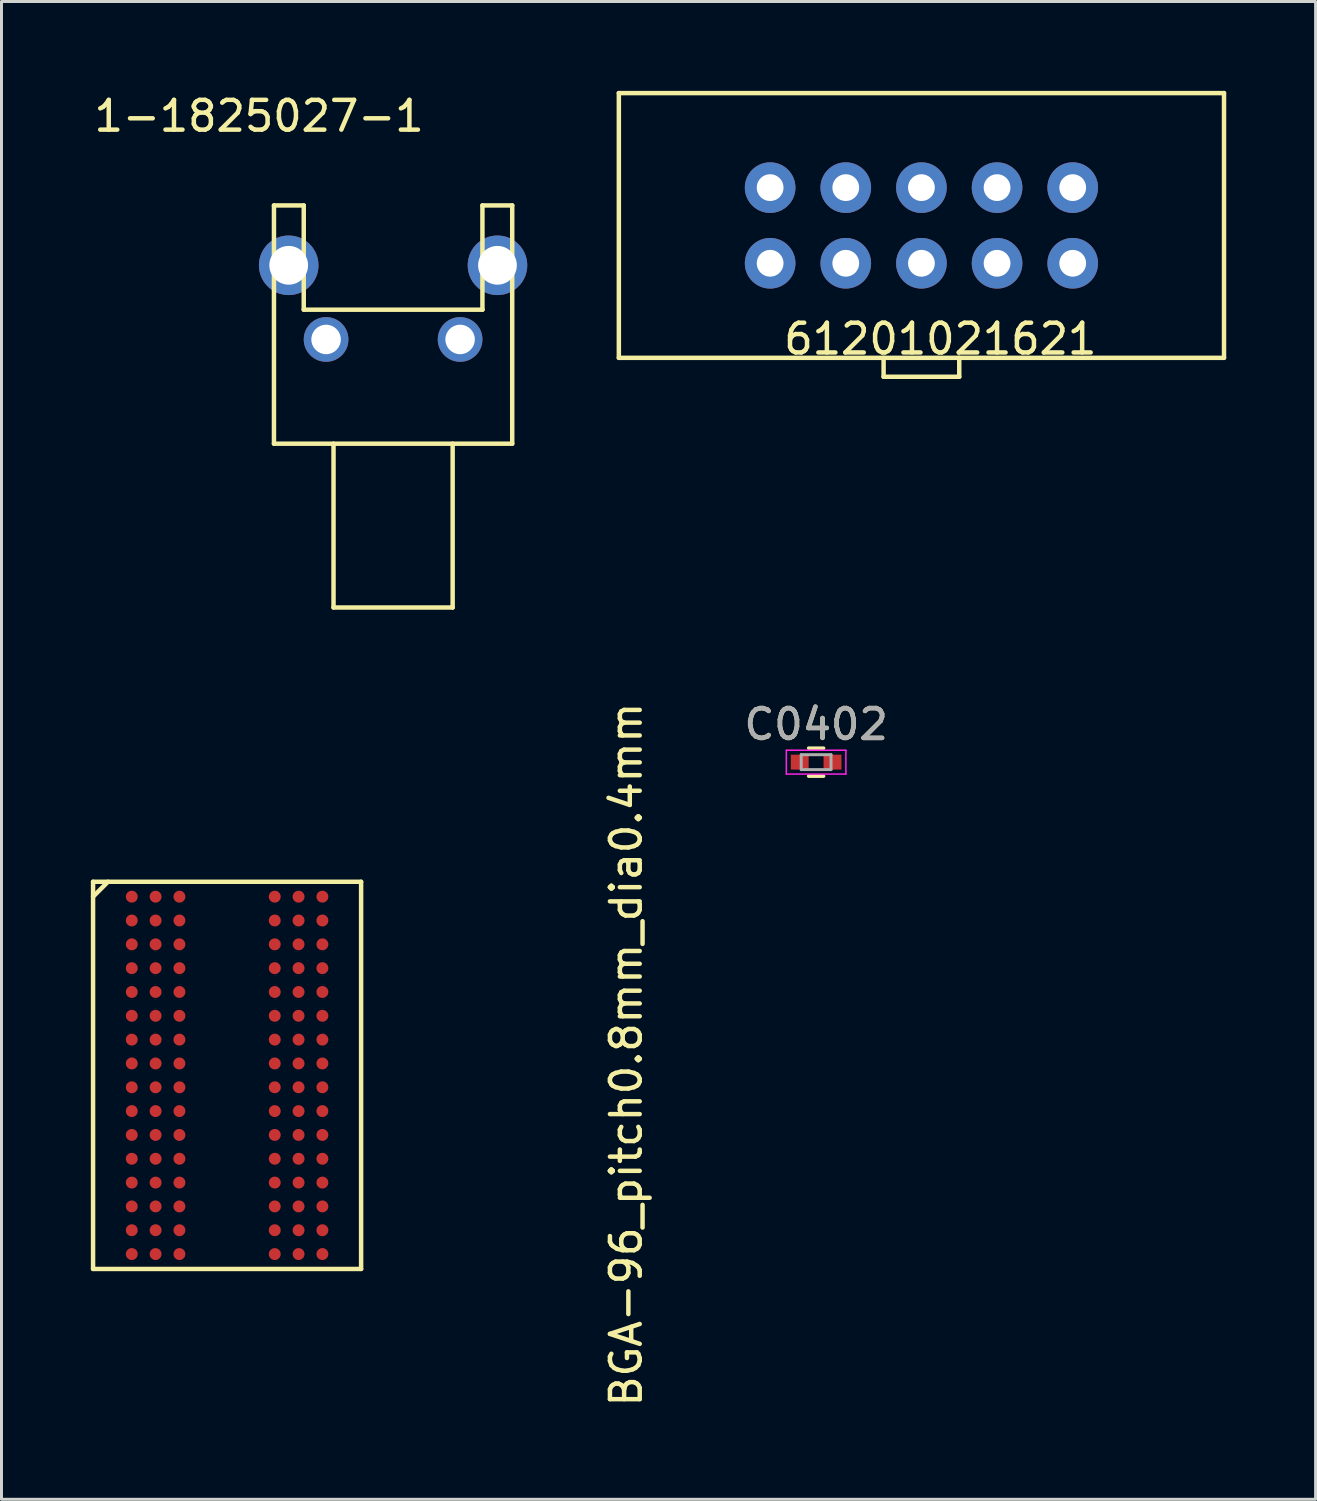
<source format=kicad_pcb>
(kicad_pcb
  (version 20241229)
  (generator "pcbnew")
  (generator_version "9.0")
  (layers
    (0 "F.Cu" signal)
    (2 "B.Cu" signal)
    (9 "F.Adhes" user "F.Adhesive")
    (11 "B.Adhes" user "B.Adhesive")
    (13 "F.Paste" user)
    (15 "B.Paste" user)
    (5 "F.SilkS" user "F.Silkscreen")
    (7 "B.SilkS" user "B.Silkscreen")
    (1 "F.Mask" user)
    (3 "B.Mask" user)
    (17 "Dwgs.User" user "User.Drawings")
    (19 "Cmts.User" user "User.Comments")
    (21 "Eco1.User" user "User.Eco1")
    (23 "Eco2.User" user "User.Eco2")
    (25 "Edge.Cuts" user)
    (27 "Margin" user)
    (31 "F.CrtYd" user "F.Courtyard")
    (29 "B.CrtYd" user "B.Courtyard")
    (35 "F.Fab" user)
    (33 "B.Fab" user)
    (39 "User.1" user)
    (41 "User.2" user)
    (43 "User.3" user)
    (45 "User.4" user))
  (footprint "C0402"
    (layer "F.Cu")
    (at 24.353 22.541)
    (property "Reference" "C0402" (at 0 -1.27 0) (layer "F.SilkS") (effects (font (size 1 1) (thickness 0.15))))
    (attr smd)
    (fp_line (start -0.25 0.47) (end 0.25 0.47) (stroke (width 0.12) (type solid)) (layer "F.SilkS"))
    (fp_line (start 0.25 -0.47) (end -0.25 -0.47) (stroke (width 0.12) (type solid)) (layer "F.SilkS"))
    (fp_line (start -1 -0.4) (end -1 0.4) (stroke (width 0.05) (type solid)) (layer "F.CrtYd"))
    (fp_line (start -1 -0.4) (end 1 -0.4) (stroke (width 0.05) (type solid)) (layer "F.CrtYd"))
    (fp_line (start 1 0.4) (end -1 0.4) (stroke (width 0.05) (type solid)) (layer "F.CrtYd"))
    (fp_line (start 1 0.4) (end 1 -0.4) (stroke (width 0.05) (type solid)) (layer "F.CrtYd"))
    (fp_line (start -0.5 -0.25) (end 0.5 -0.25) (stroke (width 0.1) (type solid)) (layer "F.Fab"))
    (fp_line (start -0.5 0.25) (end -0.5 -0.25) (stroke (width 0.1) (type solid)) (layer "F.Fab"))
    (fp_line (start 0.5 -0.25) (end 0.5 0.25) (stroke (width 0.1) (type solid)) (layer "F.Fab"))
    (fp_line (start 0.5 0.25) (end -0.5 0.25) (stroke (width 0.1) (type solid)) (layer "F.Fab"))
    (fp_text user "${REFERENCE}" (at 0 -1.27 0) (layer "F.Fab") (effects (font (size 1 1) (thickness 0.15))))
    (pad "1" smd rect (at -0.55 0) (size 0.6 0.5) (layers "F.Cu" "F.Mask" "F.Paste"))
    (pad "2" smd rect (at 0.55 0) (size 0.6 0.5) (layers "F.Cu" "F.Mask" "F.Paste")))
  (footprint "61201021621"
    (layer "F.Cu")
    (at 27.889 4.52)
    (property "Reference" "61201021621" (at 0.635 3.81 0) (layer "F.SilkS") (effects (font (size 1 1) (thickness 0.15))))
    (attr through_hole)
    (fp_line (start -10.16 -4.445) (end 10.16 -4.445) (stroke (width 0.15) (type solid)) (layer "F.SilkS"))
    (fp_line (start -10.16 4.445) (end -10.16 -4.445) (stroke (width 0.15) (type solid)) (layer "F.SilkS"))
    (fp_line (start -1.27 4.445) (end -1.27 5.08) (stroke (width 0.15) (type solid)) (layer "F.SilkS"))
    (fp_line (start -1.27 5.08) (end 1.27 5.08) (stroke (width 0.15) (type solid)) (layer "F.SilkS"))
    (fp_line (start 1.27 5.08) (end 1.27 4.445) (stroke (width 0.15) (type solid)) (layer "F.SilkS"))
    (fp_line (start 10.16 -4.445) (end 10.16 4.445) (stroke (width 0.15) (type solid)) (layer "F.SilkS"))
    (fp_line (start 10.16 4.445) (end -10.16 4.445) (stroke (width 0.15) (type solid)) (layer "F.SilkS"))
    (pad "1" thru_hole circle (at -5.08 1.27) (size 1.7 1.7) (drill 0.9) (layers "*.Cu" "*.Mask"))
    (pad "2" thru_hole circle (at -2.54 1.27) (size 1.7 1.7) (drill 0.9) (layers "*.Cu" "*.Mask"))
    (pad "3" thru_hole circle (at 0 1.27) (size 1.7 1.7) (drill 0.9) (layers "*.Cu" "*.Mask"))
    (pad "4" thru_hole circle (at 2.54 1.27) (size 1.7 1.7) (drill 0.9) (layers "*.Cu" "*.Mask"))
    (pad "5" thru_hole circle (at 5.08 1.27) (size 1.7 1.7) (drill 0.9) (layers "*.Cu" "*.Mask"))
    (pad "6" thru_hole circle (at 5.08 -1.27) (size 1.7 1.7) (drill 0.9) (layers "*.Cu" "*.Mask"))
    (pad "7" thru_hole circle (at 2.54 -1.27) (size 1.7 1.7) (drill 0.9) (layers "*.Cu" "*.Mask"))
    (pad "8" thru_hole circle (at 0 -1.27) (size 1.7 1.7) (drill 0.9) (layers "*.Cu" "*.Mask"))
    (pad "9" thru_hole circle (at -2.54 -1.27) (size 1.7 1.7) (drill 0.9) (layers "*.Cu" "*.Mask"))
    (pad "10" thru_hole circle (at -5.08 -1.27) (size 1.7 1.7) (drill 0.9) (layers "*.Cu" "*.Mask")))
  (footprint "BGA-96_pitch0.8mm_dia0.4mm"
    (layer "F.Cu")
    (at 4.575 33.058)
    (property "Reference" "BGA-96_pitch0.8mm_dia0.4mm" (at 13.4 -0.7 90) (layer "F.SilkS") (effects (font (size 1 1) (thickness 0.15))))
    (attr smd)
    (fp_line (start -4.5 -6.5) (end 4.5 -6.5) (stroke (width 0.15) (type solid)) (layer "F.SilkS"))
    (fp_line (start -4.5 -6) (end -4 -6.5) (stroke (width 0.15) (type solid)) (layer "F.SilkS"))
    (fp_line (start -4.5 6.5) (end -4.5 -6.5) (stroke (width 0.15) (type solid)) (layer "F.SilkS"))
    (fp_line (start 4.5 -6.5) (end 4.5 6.5) (stroke (width 0.15) (type solid)) (layer "F.SilkS"))
    (fp_line (start 4.5 6.5) (end -4.5 6.5) (stroke (width 0.15) (type solid)) (layer "F.SilkS"))
    (pad "A1" smd circle (at -3.2 -6) (size 0.4 0.4) (layers "F.Cu" "F.Mask" "F.Paste"))
    (pad "A2" smd circle (at -2.4 -6) (size 0.4 0.4) (layers "F.Cu" "F.Mask" "F.Paste"))
    (pad "A3" smd circle (at -1.6 -6) (size 0.4 0.4) (layers "F.Cu" "F.Mask" "F.Paste"))
    (pad "A7" smd circle (at 1.6 -6) (size 0.4 0.4) (layers "F.Cu" "F.Mask" "F.Paste"))
    (pad "A8" smd circle (at 2.4 -6) (size 0.4 0.4) (layers "F.Cu" "F.Mask" "F.Paste"))
    (pad "A9" smd circle (at 3.2 -6) (size 0.4 0.4) (layers "F.Cu" "F.Mask" "F.Paste"))
    (pad "B1" smd circle (at -3.2 -5.2) (size 0.4 0.4) (layers "F.Cu" "F.Mask" "F.Paste"))
    (pad "B2" smd circle (at -2.4 -5.2) (size 0.4 0.4) (layers "F.Cu" "F.Mask" "F.Paste"))
    (pad "B3" smd circle (at -1.6 -5.2) (size 0.4 0.4) (layers "F.Cu" "F.Mask" "F.Paste"))
    (pad "B7" smd circle (at 1.6 -5.2) (size 0.4 0.4) (layers "F.Cu" "F.Mask" "F.Paste"))
    (pad "B8" smd circle (at 2.4 -5.2) (size 0.4 0.4) (layers "F.Cu" "F.Mask" "F.Paste"))
    (pad "B9" smd circle (at 3.2 -5.2) (size 0.4 0.4) (layers "F.Cu" "F.Mask" "F.Paste"))
    (pad "C1" smd circle (at -3.2 -4.4) (size 0.4 0.4) (layers "F.Cu" "F.Mask" "F.Paste"))
    (pad "C2" smd circle (at -2.4 -4.4) (size 0.4 0.4) (layers "F.Cu" "F.Mask" "F.Paste"))
    (pad "C3" smd circle (at -1.6 -4.4) (size 0.4 0.4) (layers "F.Cu" "F.Mask" "F.Paste"))
    (pad "C7" smd circle (at 1.6 -4.4) (size 0.4 0.4) (layers "F.Cu" "F.Mask" "F.Paste"))
    (pad "C8" smd circle (at 2.4 -4.4) (size 0.4 0.4) (layers "F.Cu" "F.Mask" "F.Paste"))
    (pad "C9" smd circle (at 3.2 -4.4) (size 0.4 0.4) (layers "F.Cu" "F.Mask" "F.Paste"))
    (pad "D1" smd circle (at -3.2 -3.6) (size 0.4 0.4) (layers "F.Cu" "F.Mask" "F.Paste"))
    (pad "D2" smd circle (at -2.4 -3.6) (size 0.4 0.4) (layers "F.Cu" "F.Mask" "F.Paste"))
    (pad "D3" smd circle (at -1.6 -3.6) (size 0.4 0.4) (layers "F.Cu" "F.Mask" "F.Paste"))
    (pad "D7" smd circle (at 1.6 -3.6) (size 0.4 0.4) (layers "F.Cu" "F.Mask" "F.Paste"))
    (pad "D8" smd circle (at 2.4 -3.6) (size 0.4 0.4) (layers "F.Cu" "F.Mask" "F.Paste"))
    (pad "D9" smd circle (at 3.2 -3.6) (size 0.4 0.4) (layers "F.Cu" "F.Mask" "F.Paste"))
    (pad "E1" smd circle (at -3.2 -2.8) (size 0.4 0.4) (layers "F.Cu" "F.Mask" "F.Paste"))
    (pad "E2" smd circle (at -2.4 -2.8) (size 0.4 0.4) (layers "F.Cu" "F.Mask" "F.Paste"))
    (pad "E3" smd circle (at -1.6 -2.8) (size 0.4 0.4) (layers "F.Cu" "F.Mask" "F.Paste"))
    (pad "E7" smd circle (at 1.6 -2.8) (size 0.4 0.4) (layers "F.Cu" "F.Mask" "F.Paste"))
    (pad "E8" smd circle (at 2.4 -2.8) (size 0.4 0.4) (layers "F.Cu" "F.Mask" "F.Paste"))
    (pad "E9" smd circle (at 3.2 -2.8) (size 0.4 0.4) (layers "F.Cu" "F.Mask" "F.Paste"))
    (pad "F1" smd circle (at -3.2 -2) (size 0.4 0.4) (layers "F.Cu" "F.Mask" "F.Paste"))
    (pad "F2" smd circle (at -2.4 -2) (size 0.4 0.4) (layers "F.Cu" "F.Mask" "F.Paste"))
    (pad "F3" smd circle (at -1.6 -2) (size 0.4 0.4) (layers "F.Cu" "F.Mask" "F.Paste"))
    (pad "F7" smd circle (at 1.6 -2) (size 0.4 0.4) (layers "F.Cu" "F.Mask" "F.Paste"))
    (pad "F8" smd circle (at 2.4 -2) (size 0.4 0.4) (layers "F.Cu" "F.Mask" "F.Paste"))
    (pad "F9" smd circle (at 3.2 -2) (size 0.4 0.4) (layers "F.Cu" "F.Mask" "F.Paste"))
    (pad "G1" smd circle (at -3.2 -1.2) (size 0.4 0.4) (layers "F.Cu" "F.Mask" "F.Paste"))
    (pad "G2" smd circle (at -2.4 -1.2) (size 0.4 0.4) (layers "F.Cu" "F.Mask" "F.Paste"))
    (pad "G3" smd circle (at -1.6 -1.2) (size 0.4 0.4) (layers "F.Cu" "F.Mask" "F.Paste"))
    (pad "G7" smd circle (at 1.6 -1.2) (size 0.4 0.4) (layers "F.Cu" "F.Mask" "F.Paste"))
    (pad "G8" smd circle (at 2.4 -1.2) (size 0.4 0.4) (layers "F.Cu" "F.Mask" "F.Paste"))
    (pad "G9" smd circle (at 3.2 -1.2) (size 0.4 0.4) (layers "F.Cu" "F.Mask" "F.Paste"))
    (pad "H1" smd circle (at -3.2 -0.4) (size 0.4 0.4) (layers "F.Cu" "F.Mask" "F.Paste"))
    (pad "H2" smd circle (at -2.4 -0.4) (size 0.4 0.4) (layers "F.Cu" "F.Mask" "F.Paste"))
    (pad "H3" smd circle (at -1.6 -0.4) (size 0.4 0.4) (layers "F.Cu" "F.Mask" "F.Paste"))
    (pad "H7" smd circle (at 1.6 -0.4) (size 0.4 0.4) (layers "F.Cu" "F.Mask" "F.Paste"))
    (pad "H8" smd circle (at 2.4 -0.4) (size 0.4 0.4) (layers "F.Cu" "F.Mask" "F.Paste"))
    (pad "H9" smd circle (at 3.2 -0.4) (size 0.4 0.4) (layers "F.Cu" "F.Mask" "F.Paste"))
    (pad "J1" smd circle (at -3.2 0.4) (size 0.4 0.4) (layers "F.Cu" "F.Mask" "F.Paste"))
    (pad "J2" smd circle (at -2.4 0.4) (size 0.4 0.4) (layers "F.Cu" "F.Mask" "F.Paste"))
    (pad "J3" smd circle (at -1.6 0.4) (size 0.4 0.4) (layers "F.Cu" "F.Mask" "F.Paste"))
    (pad "J7" smd circle (at 1.6 0.4) (size 0.4 0.4) (layers "F.Cu" "F.Mask" "F.Paste"))
    (pad "J8" smd circle (at 2.4 0.4) (size 0.4 0.4) (layers "F.Cu" "F.Mask" "F.Paste"))
    (pad "J9" smd circle (at 3.2 0.4) (size 0.4 0.4) (layers "F.Cu" "F.Mask" "F.Paste"))
    (pad "K1" smd circle (at -3.2 1.2) (size 0.4 0.4) (layers "F.Cu" "F.Mask" "F.Paste"))
    (pad "K2" smd circle (at -2.4 1.2) (size 0.4 0.4) (layers "F.Cu" "F.Mask" "F.Paste"))
    (pad "K3" smd circle (at -1.6 1.2) (size 0.4 0.4) (layers "F.Cu" "F.Mask" "F.Paste"))
    (pad "K7" smd circle (at 1.6 1.2) (size 0.4 0.4) (layers "F.Cu" "F.Mask" "F.Paste"))
    (pad "K8" smd circle (at 2.4 1.2) (size 0.4 0.4) (layers "F.Cu" "F.Mask" "F.Paste"))
    (pad "K9" smd circle (at 3.2 1.2) (size 0.4 0.4) (layers "F.Cu" "F.Mask" "F.Paste"))
    (pad "L1" smd circle (at -3.2 2) (size 0.4 0.4) (layers "F.Cu" "F.Mask" "F.Paste"))
    (pad "L2" smd circle (at -2.4 2) (size 0.4 0.4) (layers "F.Cu" "F.Mask" "F.Paste"))
    (pad "L3" smd circle (at -1.6 2) (size 0.4 0.4) (layers "F.Cu" "F.Mask" "F.Paste"))
    (pad "L7" smd circle (at 1.6 2) (size 0.4 0.4) (layers "F.Cu" "F.Mask" "F.Paste"))
    (pad "L8" smd circle (at 2.4 2) (size 0.4 0.4) (layers "F.Cu" "F.Mask" "F.Paste"))
    (pad "L9" smd circle (at 3.2 2) (size 0.4 0.4) (layers "F.Cu" "F.Mask" "F.Paste"))
    (pad "M1" smd circle (at -3.2 2.8) (size 0.4 0.4) (layers "F.Cu" "F.Mask" "F.Paste"))
    (pad "M2" smd circle (at -2.4 2.8) (size 0.4 0.4) (layers "F.Cu" "F.Mask" "F.Paste"))
    (pad "M3" smd circle (at -1.6 2.8) (size 0.4 0.4) (layers "F.Cu" "F.Mask" "F.Paste"))
    (pad "M7" smd circle (at 1.6 2.8) (size 0.4 0.4) (layers "F.Cu" "F.Mask" "F.Paste"))
    (pad "M8" smd circle (at 2.4 2.8) (size 0.4 0.4) (layers "F.Cu" "F.Mask" "F.Paste"))
    (pad "M9" smd circle (at 3.2 2.8) (size 0.4 0.4) (layers "F.Cu" "F.Mask" "F.Paste"))
    (pad "N1" smd circle (at -3.2 3.6) (size 0.4 0.4) (layers "F.Cu" "F.Mask" "F.Paste"))
    (pad "N2" smd circle (at -2.4 3.6) (size 0.4 0.4) (layers "F.Cu" "F.Mask" "F.Paste"))
    (pad "N3" smd circle (at -1.6 3.6) (size 0.4 0.4) (layers "F.Cu" "F.Mask" "F.Paste"))
    (pad "N7" smd circle (at 1.6 3.6) (size 0.4 0.4) (layers "F.Cu" "F.Mask" "F.Paste"))
    (pad "N8" smd circle (at 2.4 3.6) (size 0.4 0.4) (layers "F.Cu" "F.Mask" "F.Paste"))
    (pad "N9" smd circle (at 3.2 3.6) (size 0.4 0.4) (layers "F.Cu" "F.Mask" "F.Paste"))
    (pad "P1" smd circle (at -3.2 4.4) (size 0.4 0.4) (layers "F.Cu" "F.Mask" "F.Paste"))
    (pad "P2" smd circle (at -2.4 4.4) (size 0.4 0.4) (layers "F.Cu" "F.Mask" "F.Paste"))
    (pad "P3" smd circle (at -1.6 4.4) (size 0.4 0.4) (layers "F.Cu" "F.Mask" "F.Paste"))
    (pad "P7" smd circle (at 1.6 4.4) (size 0.4 0.4) (layers "F.Cu" "F.Mask" "F.Paste"))
    (pad "P8" smd circle (at 2.4 4.4) (size 0.4 0.4) (layers "F.Cu" "F.Mask" "F.Paste"))
    (pad "P9" smd circle (at 3.2 4.4) (size 0.4 0.4) (layers "F.Cu" "F.Mask" "F.Paste"))
    (pad "R1" smd circle (at -3.2 5.2) (size 0.4 0.4) (layers "F.Cu" "F.Mask" "F.Paste"))
    (pad "R2" smd circle (at -2.4 5.2) (size 0.4 0.4) (layers "F.Cu" "F.Mask" "F.Paste"))
    (pad "R3" smd circle (at -1.6 5.2) (size 0.4 0.4) (layers "F.Cu" "F.Mask" "F.Paste"))
    (pad "R7" smd circle (at 1.6 5.2) (size 0.4 0.4) (layers "F.Cu" "F.Mask" "F.Paste"))
    (pad "R8" smd circle (at 2.4 5.2) (size 0.4 0.4) (layers "F.Cu" "F.Mask" "F.Paste"))
    (pad "R9" smd circle (at 3.2 5.2) (size 0.4 0.4) (layers "F.Cu" "F.Mask" "F.Paste"))
    (pad "T1" smd circle (at -3.2 6) (size 0.4 0.4) (layers "F.Cu" "F.Mask" "F.Paste"))
    (pad "T2" smd circle (at -2.4 6) (size 0.4 0.4) (layers "F.Cu" "F.Mask" "F.Paste"))
    (pad "T3" smd circle (at -1.6 6) (size 0.4 0.4) (layers "F.Cu" "F.Mask" "F.Paste"))
    (pad "T7" smd circle (at 1.6 6) (size 0.4 0.4) (layers "F.Cu" "F.Mask" "F.Paste"))
    (pad "T8" smd circle (at 2.4 6) (size 0.4 0.4) (layers "F.Cu" "F.Mask" "F.Paste"))
    (pad "T9" smd circle (at 3.2 6) (size 0.4 0.4) (layers "F.Cu" "F.Mask" "F.Paste")))
  (footprint "1-1825027-1"
    (layer "F.Cu")
    (at 10.149 8.348)
    (property "Reference" "1-1825027-1" (at -4.5 -7.5 0) (layer "F.SilkS") (effects (font (size 1 1) (thickness 0.15))))
    (attr through_hole)
    (fp_line (start -4 -4.5) (end -3 -4.5) (stroke (width 0.15) (type solid)) (layer "F.SilkS"))
    (fp_line (start -4 3.5) (end -4 -4.5) (stroke (width 0.15) (type solid)) (layer "F.SilkS"))
    (fp_line (start -3 -4.5) (end -3 -1) (stroke (width 0.15) (type solid)) (layer "F.SilkS"))
    (fp_line (start -3 -1) (end 3 -1) (stroke (width 0.15) (type solid)) (layer "F.SilkS"))
    (fp_line (start -2 3.5) (end -2 9) (stroke (width 0.15) (type solid)) (layer "F.SilkS"))
    (fp_line (start -2 9) (end 2 9) (stroke (width 0.15) (type solid)) (layer "F.SilkS"))
    (fp_line (start 2 9) (end 2 3.5) (stroke (width 0.15) (type solid)) (layer "F.SilkS"))
    (fp_line (start 3 -4.5) (end 4 -4.5) (stroke (width 0.15) (type solid)) (layer "F.SilkS"))
    (fp_line (start 3 -1) (end 3 -4.5) (stroke (width 0.15) (type solid)) (layer "F.SilkS"))
    (fp_line (start 4 -4.5) (end 4 3.5) (stroke (width 0.15) (type solid)) (layer "F.SilkS"))
    (fp_line (start 4 3.5) (end -4 3.5) (stroke (width 0.15) (type solid)) (layer "F.SilkS"))
    (pad "" thru_hole circle (at -3.505 -2.49) (size 2 2) (drill 1.3) (layers "*.Cu" "*.Mask"))
    (pad "" thru_hole circle (at 3.505 -2.49) (size 2 2) (drill 1.3) (layers "*.Cu" "*.Mask"))
    (pad "1" thru_hole circle (at -2.25 0) (size 1.5 1.5) (drill 0.99) (layers "*.Cu" "*.Mask"))
    (pad "2" thru_hole circle (at 2.25 0) (size 1.5 1.5) (drill 0.99) (layers "*.Cu" "*.Mask")))
  (gr_rect
    (start -3 -3)
    (end 41.124 47.292)
    (stroke (width 0.1) (type default))
    (fill no)
    (layer "Edge.Cuts")))
</source>
